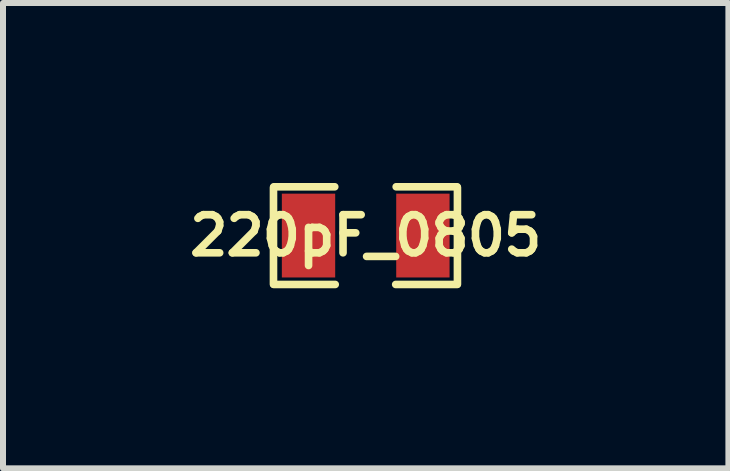
<source format=kicad_pcb>
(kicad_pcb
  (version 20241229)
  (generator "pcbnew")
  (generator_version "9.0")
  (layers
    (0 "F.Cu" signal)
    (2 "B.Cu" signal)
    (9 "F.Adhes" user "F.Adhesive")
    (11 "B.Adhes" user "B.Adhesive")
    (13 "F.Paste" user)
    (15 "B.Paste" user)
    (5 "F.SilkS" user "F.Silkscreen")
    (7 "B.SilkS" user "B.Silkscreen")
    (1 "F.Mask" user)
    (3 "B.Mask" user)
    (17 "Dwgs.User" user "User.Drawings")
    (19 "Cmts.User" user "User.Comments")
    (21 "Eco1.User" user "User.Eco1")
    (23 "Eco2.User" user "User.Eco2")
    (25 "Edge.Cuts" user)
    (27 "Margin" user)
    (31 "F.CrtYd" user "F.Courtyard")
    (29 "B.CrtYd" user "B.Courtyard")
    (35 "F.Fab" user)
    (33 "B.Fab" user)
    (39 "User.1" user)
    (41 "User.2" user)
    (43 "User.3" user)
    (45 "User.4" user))
  (footprint "220pF_0805"
    (layer "F.Cu")
    (at 3.045 0.876)
    (property "Reference" "220pF_0805" (at 0 0 0) (layer "F.SilkS") (effects (font (size 0.635 0.635) (thickness 0.127))))
    (attr smd)
    (fp_line (start -1.537 0.81) (end -1.537 -0.8) (stroke (width 0.127) (type solid)) (layer "F.SilkS"))
    (fp_line (start -1.532 0.815) (end -0.508 0.815) (stroke (width 0.127) (type solid)) (layer "F.SilkS"))
    (fp_line (start -0.516 -0.813) (end -1.532 -0.813) (stroke (width 0.127) (type solid)) (layer "F.SilkS"))
    (fp_line (start 0.508 -0.813) (end 1.524 -0.813) (stroke (width 0.127) (type solid)) (layer "F.SilkS"))
    (fp_line (start 1.524 0.815) (end 0.5 0.815) (stroke (width 0.127) (type solid)) (layer "F.SilkS"))
    (fp_line (start 1.529 0.81) (end 1.529 -0.8) (stroke (width 0.127) (type solid)) (layer "F.SilkS"))
    (pad "1" smd rect (at -0.953 0) (size 0.889 1.397) (layers "F.Cu" "F.Mask" "F.Paste"))
    (pad "2" smd rect (at 0.953 0) (size 0.889 1.397) (layers "F.Cu" "F.Mask" "F.Paste")))
  (gr_rect
    (start -3 -3)
    (end 9.09 4.755)
    (stroke (width 0.1) (type default))
    (fill no)
    (layer "Edge.Cuts")))
</source>
